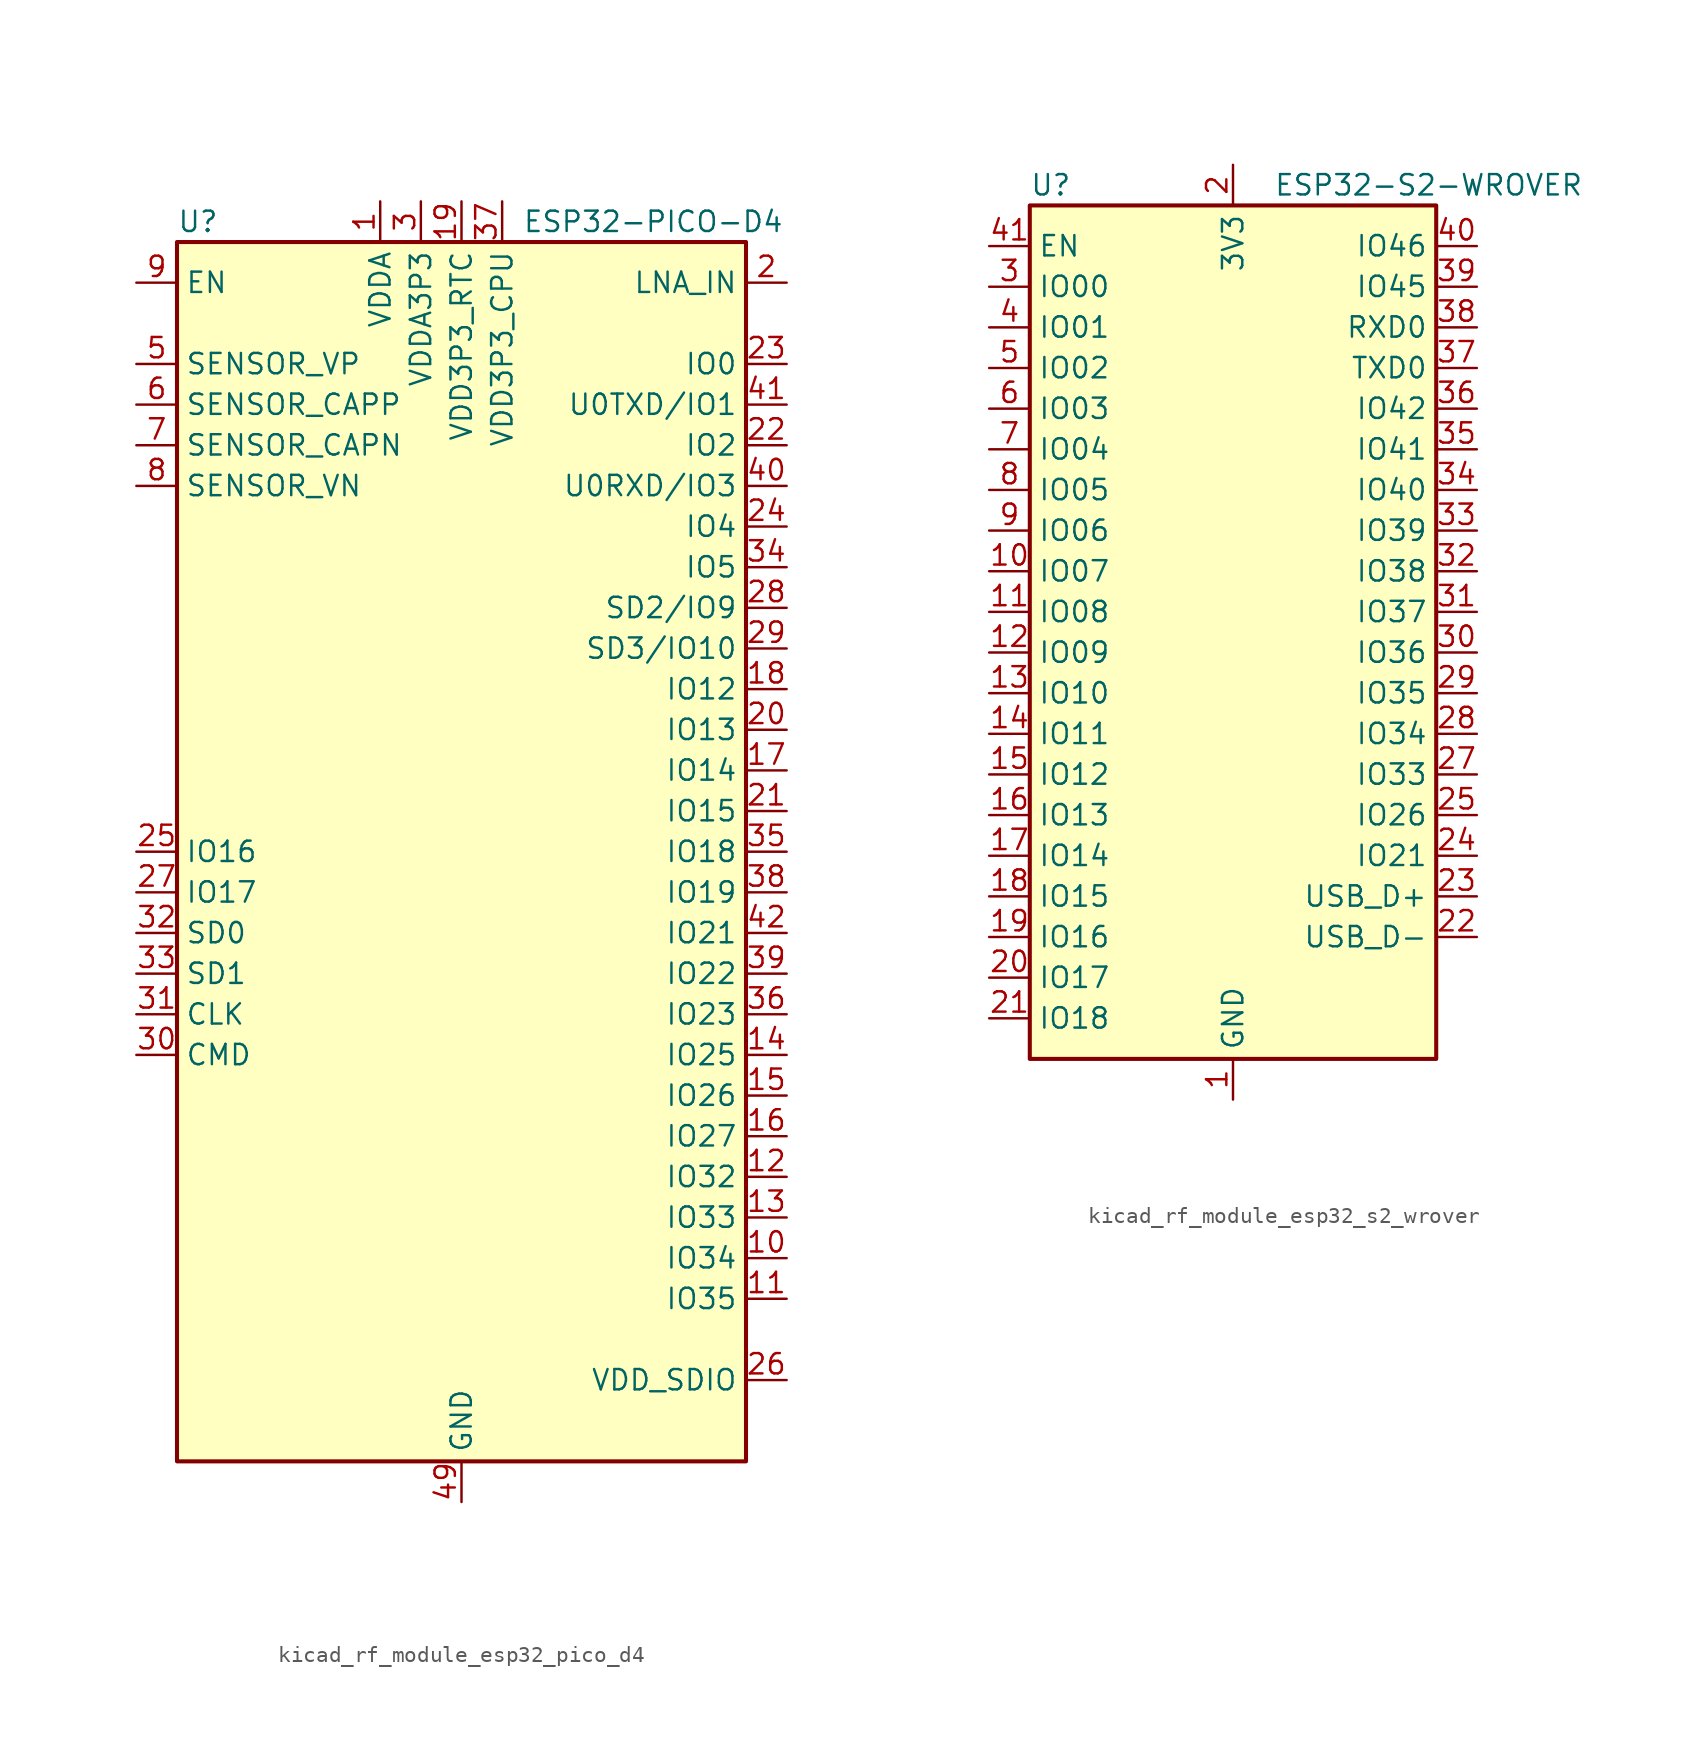
<source format=kicad_sym>
(kicad_symbol_lib
  (version 20220914)
  (generator kicad_symbol_editor)
  (symbol "kicad_rf_module_esp32_pico_d4"
    (property "Reference" "U"
      (at -17.78 39.37 0)
      (effects (font (size 1.27 1.27)) (justify left)))
    (property "Value" "ESP32-PICO-D4"
      (at 3.81 39.37 0)
      (effects (font (size 1.27 1.27)) (justify left)))
    (symbol "kicad_rf_module_esp32_pico_d4_0_0"
      (pin power_in line (at -5.08 40.64 270) (length 2.54) (name "VDDA" (effects (font (size 1.27 1.27)))) (number "1" (effects (font (size 1.27 1.27)))))
      (pin input line (at 20.32 -25.4 180) (length 2.54) (name "IO34" (effects (font (size 1.27 1.27)))) (number "10" (effects (font (size 1.27 1.27)))))
      (pin input line (at 20.32 -27.94 180) (length 2.54) (name "IO35" (effects (font (size 1.27 1.27)))) (number "11" (effects (font (size 1.27 1.27)))))
      (pin bidirectional line (at 20.32 -20.32 180) (length 2.54) (name "IO32" (effects (font (size 1.27 1.27)))) (number "12" (effects (font (size 1.27 1.27)))))
      (pin bidirectional line (at 20.32 -22.86 180) (length 2.54) (name "IO33" (effects (font (size 1.27 1.27)))) (number "13" (effects (font (size 1.27 1.27)))))
      (pin bidirectional line (at 20.32 -12.7 180) (length 2.54) (name "IO25" (effects (font (size 1.27 1.27)))) (number "14" (effects (font (size 1.27 1.27)))))
      (pin bidirectional line (at 20.32 -15.24 180) (length 2.54) (name "IO26" (effects (font (size 1.27 1.27)))) (number "15" (effects (font (size 1.27 1.27)))))
      (pin bidirectional line (at 20.32 -17.78 180) (length 2.54) (name "IO27" (effects (font (size 1.27 1.27)))) (number "16" (effects (font (size 1.27 1.27)))))
      (pin bidirectional line (at 20.32 5.08 180) (length 2.54) (name "IO14" (effects (font (size 1.27 1.27)))) (number "17" (effects (font (size 1.27 1.27)))))
      (pin bidirectional line (at 20.32 10.16 180) (length 2.54) (name "IO12" (effects (font (size 1.27 1.27)))) (number "18" (effects (font (size 1.27 1.27)))))
      (pin power_in line (at 0 40.64 270) (length 2.54) (name "VDD3P3_RTC" (effects (font (size 1.27 1.27)))) (number "19" (effects (font (size 1.27 1.27)))))
      (pin bidirectional line (at 20.32 35.56 180) (length 2.54) (name "LNA_IN" (effects (font (size 1.27 1.27)))) (number "2" (effects (font (size 1.27 1.27)))))
      (pin bidirectional line (at 20.32 7.62 180) (length 2.54) (name "IO13" (effects (font (size 1.27 1.27)))) (number "20" (effects (font (size 1.27 1.27)))))
      (pin bidirectional line (at 20.32 2.54 180) (length 2.54) (name "IO15" (effects (font (size 1.27 1.27)))) (number "21" (effects (font (size 1.27 1.27)))))
      (pin bidirectional line (at 20.32 25.4 180) (length 2.54) (name "IO2" (effects (font (size 1.27 1.27)))) (number "22" (effects (font (size 1.27 1.27)))))
      (pin bidirectional line (at 20.32 30.48 180) (length 2.54) (name "IO0" (effects (font (size 1.27 1.27)))) (number "23" (effects (font (size 1.27 1.27)))))
      (pin bidirectional line (at 20.32 20.32 180) (length 2.54) (name "IO4" (effects (font (size 1.27 1.27)))) (number "24" (effects (font (size 1.27 1.27)))))
      (pin bidirectional line (at -20.32 0 0) (length 2.54) (name "IO16" (effects (font (size 1.27 1.27)))) (number "25" (effects (font (size 1.27 1.27)))))
      (pin power_out line (at 20.32 -33.02 180) (length 2.54) (name "VDD_SDIO" (effects (font (size 1.27 1.27)))) (number "26" (effects (font (size 1.27 1.27)))))
      (pin bidirectional line (at -20.32 -2.54 0) (length 2.54) (name "IO17" (effects (font (size 1.27 1.27)))) (number "27" (effects (font (size 1.27 1.27)))))
      (pin bidirectional line (at 20.32 15.24 180) (length 2.54) (name "SD2/IO9" (effects (font (size 1.27 1.27)))) (number "28" (effects (font (size 1.27 1.27)))))
      (pin bidirectional line (at 20.32 12.7 180) (length 2.54) (name "SD3/IO10" (effects (font (size 1.27 1.27)))) (number "29" (effects (font (size 1.27 1.27)))))
      (pin power_in line (at -2.54 40.64 270) (length 2.54) (name "VDDA3P3" (effects (font (size 1.27 1.27)))) (number "3" (effects (font (size 1.27 1.27)))))
      (pin bidirectional line (at -20.32 -12.7 0) (length 2.54) (name "CMD" (effects (font (size 1.27 1.27)))) (number "30" (effects (font (size 1.27 1.27)))))
      (pin bidirectional line (at -20.32 -10.16 0) (length 2.54) (name "CLK" (effects (font (size 1.27 1.27)))) (number "31" (effects (font (size 1.27 1.27)))))
      (pin bidirectional line (at -20.32 -5.08 0) (length 2.54) (name "SD0" (effects (font (size 1.27 1.27)))) (number "32" (effects (font (size 1.27 1.27)))))
      (pin bidirectional line (at -20.32 -7.62 0) (length 2.54) (name "SD1" (effects (font (size 1.27 1.27)))) (number "33" (effects (font (size 1.27 1.27)))))
      (pin bidirectional line (at 20.32 17.78 180) (length 2.54) (name "IO5" (effects (font (size 1.27 1.27)))) (number "34" (effects (font (size 1.27 1.27)))))
      (pin bidirectional line (at 20.32 0 180) (length 2.54) (name "IO18" (effects (font (size 1.27 1.27)))) (number "35" (effects (font (size 1.27 1.27)))))
      (pin bidirectional line (at 20.32 -10.16 180) (length 2.54) (name "IO23" (effects (font (size 1.27 1.27)))) (number "36" (effects (font (size 1.27 1.27)))))
      (pin power_in line (at 2.54 40.64 270) (length 2.54) (name "VDD3P3_CPU" (effects (font (size 1.27 1.27)))) (number "37" (effects (font (size 1.27 1.27)))))
      (pin bidirectional line (at 20.32 -2.54 180) (length 2.54) (name "IO19" (effects (font (size 1.27 1.27)))) (number "38" (effects (font (size 1.27 1.27)))))
      (pin bidirectional line (at 20.32 -7.62 180) (length 2.54) (name "IO22" (effects (font (size 1.27 1.27)))) (number "39" (effects (font (size 1.27 1.27)))))
      (pin passive line (at -2.54 40.64 270) (length 2.54) hide (name "VDDA3P3" (effects (font (size 1.27 1.27)))) (number "4" (effects (font (size 1.27 1.27)))))
      (pin bidirectional line (at 20.32 22.86 180) (length 2.54) (name "U0RXD/IO3" (effects (font (size 1.27 1.27)))) (number "40" (effects (font (size 1.27 1.27)))))
      (pin bidirectional line (at 20.32 27.94 180) (length 2.54) (name "U0TXD/IO1" (effects (font (size 1.27 1.27)))) (number "41" (effects (font (size 1.27 1.27)))))
      (pin bidirectional line (at 20.32 -5.08 180) (length 2.54) (name "IO21" (effects (font (size 1.27 1.27)))) (number "42" (effects (font (size 1.27 1.27)))))
      (pin passive line (at -5.08 40.64 270) (length 2.54) hide (name "VDDA" (effects (font (size 1.27 1.27)))) (number "43" (effects (font (size 1.27 1.27)))))
      (pin no_connect line (at -17.78 -25.4 0) (length 2.54) hide (name "XTAL_N_NC" (effects (font (size 1.27 1.27)))) (number "44" (effects (font (size 1.27 1.27)))))
      (pin no_connect line (at -17.78 -27.94 0) (length 2.54) hide (name "XTAL_P_NC" (effects (font (size 1.27 1.27)))) (number "45" (effects (font (size 1.27 1.27)))))
      (pin passive line (at -5.08 40.64 270) (length 2.54) hide (name "VDDA" (effects (font (size 1.27 1.27)))) (number "46" (effects (font (size 1.27 1.27)))))
      (pin no_connect line (at -17.78 -30.48 0) (length 2.54) hide (name "CAP2_NC" (effects (font (size 1.27 1.27)))) (number "47" (effects (font (size 1.27 1.27)))))
      (pin no_connect line (at -17.78 -33.02 0) (length 2.54) hide (name "CAP1_NC" (effects (font (size 1.27 1.27)))) (number "48" (effects (font (size 1.27 1.27)))))
      (pin power_in line (at 0 -40.64 90) (length 2.54) (name "GND" (effects (font (size 1.27 1.27)))) (number "49" (effects (font (size 1.27 1.27)))))
      (pin input line (at -20.32 30.48 0) (length 2.54) (name "SENSOR_VP" (effects (font (size 1.27 1.27)))) (number "5" (effects (font (size 1.27 1.27)))))
      (pin input line (at -20.32 27.94 0) (length 2.54) (name "SENSOR_CAPP" (effects (font (size 1.27 1.27)))) (number "6" (effects (font (size 1.27 1.27)))))
      (pin input line (at -20.32 25.4 0) (length 2.54) (name "SENSOR_CAPN" (effects (font (size 1.27 1.27)))) (number "7" (effects (font (size 1.27 1.27)))))
      (pin input line (at -20.32 22.86 0) (length 2.54) (name "SENSOR_VN" (effects (font (size 1.27 1.27)))) (number "8" (effects (font (size 1.27 1.27)))))
      (pin input line (at -20.32 35.56 0) (length 2.54) (name "EN" (effects (font (size 1.27 1.27)))) (number "9" (effects (font (size 1.27 1.27))))))
    (symbol "kicad_rf_module_esp32_pico_d4_0_1"
      (rectangle (start -17.78 38.1) (end 17.78 -38.1) (stroke (width 0.254) (type default)) (fill (type background)))))
  (symbol "kicad_rf_module_esp32_s2_wrover"
    (property "Reference" "U"
      (at -12.7 29.21 0)
      (effects (font (size 1.27 1.27)) (justify left)))
    (property "Value" "ESP32-S2-WROVER"
      (at 2.54 29.21 0)
      (effects (font (size 1.27 1.27)) (justify left)))
    (symbol "kicad_rf_module_esp32_s2_wrover_0_1"
      (rectangle (start -12.7 27.94) (end 12.7 -25.4) (stroke (width 0.254) (type default)) (fill (type background))))
    (symbol "kicad_rf_module_esp32_s2_wrover_1_1"
      (pin power_in line (at 0 -27.94 90) (length 2.54) (name "GND" (effects (font (size 1.27 1.27)))) (number "1" (effects (font (size 1.27 1.27)))))
      (pin bidirectional line (at -15.24 5.08 0) (length 2.54) (name "IO07" (effects (font (size 1.27 1.27)))) (number "10" (effects (font (size 1.27 1.27)))))
      (pin bidirectional line (at -15.24 2.54 0) (length 2.54) (name "IO08" (effects (font (size 1.27 1.27)))) (number "11" (effects (font (size 1.27 1.27)))))
      (pin bidirectional line (at -15.24 0 0) (length 2.54) (name "IO09" (effects (font (size 1.27 1.27)))) (number "12" (effects (font (size 1.27 1.27)))))
      (pin bidirectional line (at -15.24 -2.54 0) (length 2.54) (name "IO10" (effects (font (size 1.27 1.27)))) (number "13" (effects (font (size 1.27 1.27)))))
      (pin bidirectional line (at -15.24 -5.08 0) (length 2.54) (name "IO11" (effects (font (size 1.27 1.27)))) (number "14" (effects (font (size 1.27 1.27)))))
      (pin bidirectional line (at -15.24 -7.62 0) (length 2.54) (name "IO12" (effects (font (size 1.27 1.27)))) (number "15" (effects (font (size 1.27 1.27)))))
      (pin bidirectional line (at -15.24 -10.16 0) (length 2.54) (name "IO13" (effects (font (size 1.27 1.27)))) (number "16" (effects (font (size 1.27 1.27)))))
      (pin bidirectional line (at -15.24 -12.7 0) (length 2.54) (name "IO14" (effects (font (size 1.27 1.27)))) (number "17" (effects (font (size 1.27 1.27)))))
      (pin bidirectional line (at -15.24 -15.24 0) (length 2.54) (name "IO15" (effects (font (size 1.27 1.27)))) (number "18" (effects (font (size 1.27 1.27)))))
      (pin bidirectional line (at -15.24 -17.78 0) (length 2.54) (name "IO16" (effects (font (size 1.27 1.27)))) (number "19" (effects (font (size 1.27 1.27)))))
      (pin power_in line (at 0 30.48 270) (length 2.54) (name "3V3" (effects (font (size 1.27 1.27)))) (number "2" (effects (font (size 1.27 1.27)))))
      (pin bidirectional line (at -15.24 -20.32 0) (length 2.54) (name "IO17" (effects (font (size 1.27 1.27)))) (number "20" (effects (font (size 1.27 1.27)))))
      (pin bidirectional line (at -15.24 -22.86 0) (length 2.54) (name "IO18" (effects (font (size 1.27 1.27)))) (number "21" (effects (font (size 1.27 1.27)))))
      (pin bidirectional line (at 15.24 -17.78 180) (length 2.54) (name "USB_D-" (effects (font (size 1.27 1.27)))) (number "22" (effects (font (size 1.27 1.27)))))
      (pin bidirectional line (at 15.24 -15.24 180) (length 2.54) (name "USB_D+" (effects (font (size 1.27 1.27)))) (number "23" (effects (font (size 1.27 1.27)))))
      (pin bidirectional line (at 15.24 -12.7 180) (length 2.54) (name "IO21" (effects (font (size 1.27 1.27)))) (number "24" (effects (font (size 1.27 1.27)))))
      (pin bidirectional line (at 15.24 -10.16 180) (length 2.54) (name "IO26" (effects (font (size 1.27 1.27)))) (number "25" (effects (font (size 1.27 1.27)))))
      (pin passive line (at 0 -27.94 90) (length 2.54) hide (name "GND" (effects (font (size 1.27 1.27)))) (number "26" (effects (font (size 1.27 1.27)))))
      (pin bidirectional line (at 15.24 -7.62 180) (length 2.54) (name "IO33" (effects (font (size 1.27 1.27)))) (number "27" (effects (font (size 1.27 1.27)))))
      (pin bidirectional line (at 15.24 -5.08 180) (length 2.54) (name "IO34" (effects (font (size 1.27 1.27)))) (number "28" (effects (font (size 1.27 1.27)))))
      (pin bidirectional line (at 15.24 -2.54 180) (length 2.54) (name "IO35" (effects (font (size 1.27 1.27)))) (number "29" (effects (font (size 1.27 1.27)))))
      (pin bidirectional line (at -15.24 22.86 0) (length 2.54) (name "IO00" (effects (font (size 1.27 1.27)))) (number "3" (effects (font (size 1.27 1.27)))))
      (pin bidirectional line (at 15.24 0 180) (length 2.54) (name "IO36" (effects (font (size 1.27 1.27)))) (number "30" (effects (font (size 1.27 1.27)))))
      (pin bidirectional line (at 15.24 2.54 180) (length 2.54) (name "IO37" (effects (font (size 1.27 1.27)))) (number "31" (effects (font (size 1.27 1.27)))))
      (pin bidirectional line (at 15.24 5.08 180) (length 2.54) (name "IO38" (effects (font (size 1.27 1.27)))) (number "32" (effects (font (size 1.27 1.27)))))
      (pin bidirectional line (at 15.24 7.62 180) (length 2.54) (name "IO39" (effects (font (size 1.27 1.27)))) (number "33" (effects (font (size 1.27 1.27)))))
      (pin bidirectional line (at 15.24 10.16 180) (length 2.54) (name "IO40" (effects (font (size 1.27 1.27)))) (number "34" (effects (font (size 1.27 1.27)))))
      (pin bidirectional line (at 15.24 12.7 180) (length 2.54) (name "IO41" (effects (font (size 1.27 1.27)))) (number "35" (effects (font (size 1.27 1.27)))))
      (pin bidirectional line (at 15.24 15.24 180) (length 2.54) (name "IO42" (effects (font (size 1.27 1.27)))) (number "36" (effects (font (size 1.27 1.27)))))
      (pin bidirectional line (at 15.24 17.78 180) (length 2.54) (name "TXD0" (effects (font (size 1.27 1.27)))) (number "37" (effects (font (size 1.27 1.27)))))
      (pin bidirectional line (at 15.24 20.32 180) (length 2.54) (name "RXD0" (effects (font (size 1.27 1.27)))) (number "38" (effects (font (size 1.27 1.27)))))
      (pin bidirectional line (at 15.24 22.86 180) (length 2.54) (name "IO45" (effects (font (size 1.27 1.27)))) (number "39" (effects (font (size 1.27 1.27)))))
      (pin bidirectional line (at -15.24 20.32 0) (length 2.54) (name "IO01" (effects (font (size 1.27 1.27)))) (number "4" (effects (font (size 1.27 1.27)))))
      (pin input line (at 15.24 25.4 180) (length 2.54) (name "IO46" (effects (font (size 1.27 1.27)))) (number "40" (effects (font (size 1.27 1.27)))))
      (pin input line (at -15.24 25.4 0) (length 2.54) (name "EN" (effects (font (size 1.27 1.27)))) (number "41" (effects (font (size 1.27 1.27)))))
      (pin passive line (at 0 -27.94 90) (length 2.54) hide (name "GND" (effects (font (size 1.27 1.27)))) (number "42" (effects (font (size 1.27 1.27)))))
      (pin passive line (at 0 -27.94 90) (length 2.54) hide (name "GND" (effects (font (size 1.27 1.27)))) (number "43" (effects (font (size 1.27 1.27)))))
      (pin bidirectional line (at -15.24 17.78 0) (length 2.54) (name "IO02" (effects (font (size 1.27 1.27)))) (number "5" (effects (font (size 1.27 1.27)))))
      (pin bidirectional line (at -15.24 15.24 0) (length 2.54) (name "IO03" (effects (font (size 1.27 1.27)))) (number "6" (effects (font (size 1.27 1.27)))))
      (pin bidirectional line (at -15.24 12.7 0) (length 2.54) (name "IO04" (effects (font (size 1.27 1.27)))) (number "7" (effects (font (size 1.27 1.27)))))
      (pin bidirectional line (at -15.24 10.16 0) (length 2.54) (name "IO05" (effects (font (size 1.27 1.27)))) (number "8" (effects (font (size 1.27 1.27)))))
      (pin bidirectional line (at -15.24 7.62 0) (length 2.54) (name "IO06" (effects (font (size 1.27 1.27)))) (number "9" (effects (font (size 1.27 1.27))))))))
</source>
